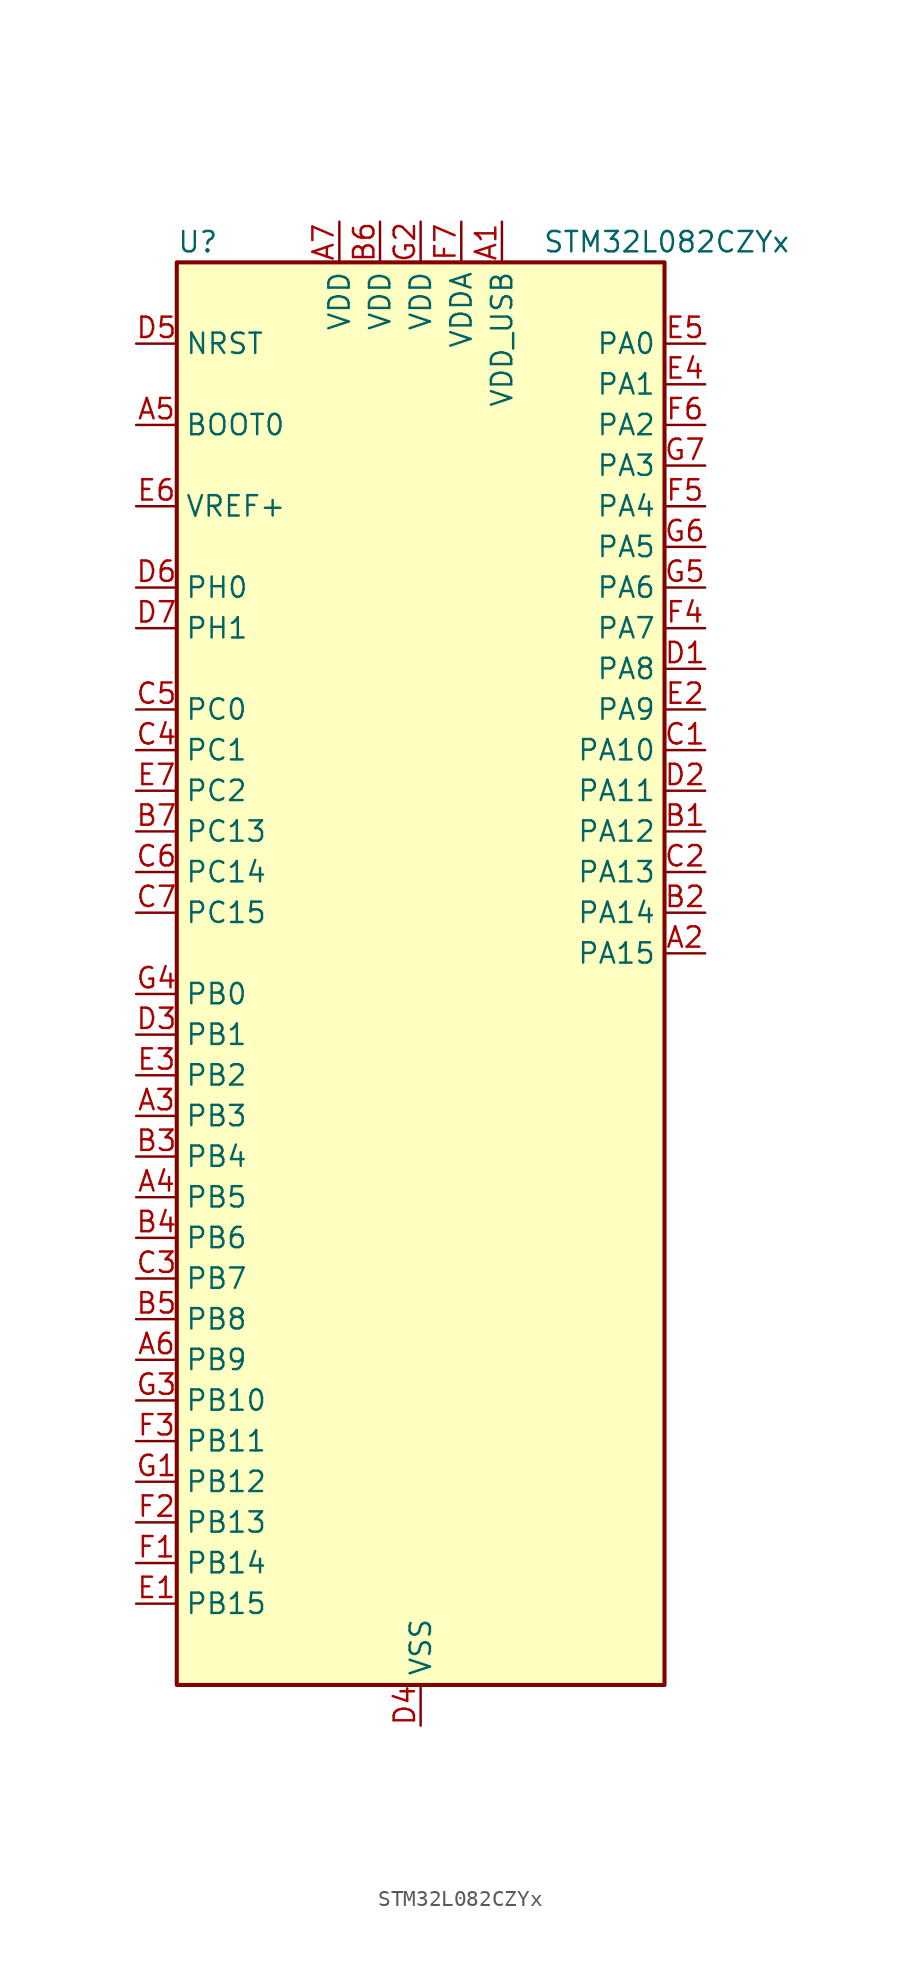
<source format=kicad_sym>
(kicad_symbol_lib
  (version 20241209)
  (generator "kicad_symbol_editor")
  (generator_version "9.0")
  (symbol "STM32L082CZYx"
    (property "Reference" "U"
      (at -15.24 46.99 0)
      (effects (font (size 1.27 1.27)) (justify left)))
    (property "Value" "STM32L082CZYx"
      (at 7.62 46.99 0)
      (effects (font (size 1.27 1.27)) (justify left)))
    (symbol "STM32L082CZYx_0_1"
      (rectangle (start -15.24 -43.18) (end 15.24 45.72) (stroke (width 0.254) (type default)) (fill (type background))))
    (symbol "STM32L082CZYx_1_1"
      (pin input line (at -17.78 40.64 0) (length 2.54) (name "NRST" (effects (font (size 1.27 1.27)))) (number "D5" (effects (font (size 1.27 1.27)))))
      (pin input line (at -17.78 35.56 0) (length 2.54) (name "BOOT0" (effects (font (size 1.27 1.27)))) (number "A5" (effects (font (size 1.27 1.27)))))
      (pin input line (at -17.78 30.48 0) (length 2.54) (name "VREF+" (effects (font (size 1.27 1.27)))) (number "E6" (effects (font (size 1.27 1.27)))))
      (pin bidirectional line (at -17.78 25.4 0) (length 2.54) (name "PH0" (effects (font (size 1.27 1.27)))) (number "D6" (effects (font (size 1.27 1.27)))) (alternate "CRS_SYNC" bidirectional line) (alternate "RCC_OSC_IN" bidirectional line))
      (pin bidirectional line (at -17.78 22.86 0) (length 2.54) (name "PH1" (effects (font (size 1.27 1.27)))) (number "D7" (effects (font (size 1.27 1.27)))) (alternate "RCC_OSC_OUT" bidirectional line))
      (pin bidirectional line (at -17.78 17.78 0) (length 2.54) (name "PC0" (effects (font (size 1.27 1.27)))) (number "C5" (effects (font (size 1.27 1.27)))) (alternate "ADC_IN10" bidirectional line) (alternate "I2C3_SCL" bidirectional line) (alternate "LPTIM1_IN1" bidirectional line) (alternate "LPUART1_RX" bidirectional line) (alternate "TSC_G7_IO1" bidirectional line))
      (pin bidirectional line (at -17.78 15.24 0) (length 2.54) (name "PC1" (effects (font (size 1.27 1.27)))) (number "C4" (effects (font (size 1.27 1.27)))) (alternate "ADC_IN11" bidirectional line) (alternate "I2C3_SDA" bidirectional line) (alternate "LPTIM1_OUT" bidirectional line) (alternate "LPUART1_TX" bidirectional line) (alternate "TSC_G7_IO2" bidirectional line))
      (pin bidirectional line (at -17.78 12.7 0) (length 2.54) (name "PC2" (effects (font (size 1.27 1.27)))) (number "E7" (effects (font (size 1.27 1.27)))) (alternate "ADC_IN12" bidirectional line) (alternate "I2S2_MCK" bidirectional line) (alternate "LPTIM1_IN2" bidirectional line) (alternate "SPI2_MISO" bidirectional line) (alternate "TSC_G7_IO3" bidirectional line))
      (pin bidirectional line (at -17.78 10.16 0) (length 2.54) (name "PC13" (effects (font (size 1.27 1.27)))) (number "B7" (effects (font (size 1.27 1.27)))) (alternate "RTC_OUT_ALARM" bidirectional line) (alternate "RTC_OUT_CALIB" bidirectional line) (alternate "RTC_TAMP1" bidirectional line) (alternate "RTC_TS" bidirectional line) (alternate "SYS_WKUP2" bidirectional line))
      (pin bidirectional line (at -17.78 7.62 0) (length 2.54) (name "PC14" (effects (font (size 1.27 1.27)))) (number "C6" (effects (font (size 1.27 1.27)))) (alternate "RCC_OSC32_IN" bidirectional line))
      (pin bidirectional line (at -17.78 5.08 0) (length 2.54) (name "PC15" (effects (font (size 1.27 1.27)))) (number "C7" (effects (font (size 1.27 1.27)))) (alternate "RCC_OSC32_OUT" bidirectional line))
      (pin bidirectional line (at -17.78 0 0) (length 2.54) (name "PB0" (effects (font (size 1.27 1.27)))) (number "G4" (effects (font (size 1.27 1.27)))) (alternate "ADC_IN8" bidirectional line) (alternate "SYS_VREF_OUT_PB0" bidirectional line) (alternate "TIM3_CH3" bidirectional line) (alternate "TSC_G3_IO2" bidirectional line))
      (pin bidirectional line (at -17.78 -2.54 0) (length 2.54) (name "PB1" (effects (font (size 1.27 1.27)))) (number "D3" (effects (font (size 1.27 1.27)))) (alternate "ADC_IN9" bidirectional line) (alternate "LPUART1_DE" bidirectional line) (alternate "LPUART1_RTS" bidirectional line) (alternate "SYS_VREF_OUT_PB1" bidirectional line) (alternate "TIM3_CH4" bidirectional line) (alternate "TSC_G3_IO3" bidirectional line))
      (pin bidirectional line (at -17.78 -5.08 0) (length 2.54) (name "PB2" (effects (font (size 1.27 1.27)))) (number "E3" (effects (font (size 1.27 1.27)))) (alternate "I2C3_SMBA" bidirectional line) (alternate "LPTIM1_OUT" bidirectional line) (alternate "TSC_G3_IO4" bidirectional line))
      (pin bidirectional line (at -17.78 -7.62 0) (length 2.54) (name "PB3" (effects (font (size 1.27 1.27)))) (number "A3" (effects (font (size 1.27 1.27)))) (alternate "COMP2_INM" bidirectional line) (alternate "SPI1_SCK" bidirectional line) (alternate "TIM2_CH2" bidirectional line) (alternate "TSC_G5_IO1" bidirectional line) (alternate "USART1_DE" bidirectional line) (alternate "USART1_RTS" bidirectional line) (alternate "USART5_TX" bidirectional line))
      (pin bidirectional line (at -17.78 -10.16 0) (length 2.54) (name "PB4" (effects (font (size 1.27 1.27)))) (number "B3" (effects (font (size 1.27 1.27)))) (alternate "COMP2_INP" bidirectional line) (alternate "I2C3_SDA" bidirectional line) (alternate "SPI1_MISO" bidirectional line) (alternate "TIM22_CH1" bidirectional line) (alternate "TIM3_CH1" bidirectional line) (alternate "TSC_G5_IO2" bidirectional line) (alternate "USART1_CTS" bidirectional line) (alternate "USART5_RX" bidirectional line))
      (pin bidirectional line (at -17.78 -12.7 0) (length 2.54) (name "PB5" (effects (font (size 1.27 1.27)))) (number "A4" (effects (font (size 1.27 1.27)))) (alternate "COMP2_INP" bidirectional line) (alternate "I2C1_SMBA" bidirectional line) (alternate "LPTIM1_IN1" bidirectional line) (alternate "SPI1_MOSI" bidirectional line) (alternate "TIM22_CH2" bidirectional line) (alternate "TIM3_CH2" bidirectional line) (alternate "USART1_CK" bidirectional line) (alternate "USART5_CK" bidirectional line) (alternate "USART5_DE" bidirectional line) (alternate "USART5_RTS" bidirectional line))
      (pin bidirectional line (at -17.78 -15.24 0) (length 2.54) (name "PB6" (effects (font (size 1.27 1.27)))) (number "B4" (effects (font (size 1.27 1.27)))) (alternate "COMP2_INP" bidirectional line) (alternate "I2C1_SCL" bidirectional line) (alternate "LPTIM1_ETR" bidirectional line) (alternate "TSC_G5_IO3" bidirectional line) (alternate "USART1_TX" bidirectional line))
      (pin bidirectional line (at -17.78 -17.78 0) (length 2.54) (name "PB7" (effects (font (size 1.27 1.27)))) (number "C3" (effects (font (size 1.27 1.27)))) (alternate "COMP2_INP" bidirectional line) (alternate "I2C1_SDA" bidirectional line) (alternate "LPTIM1_IN2" bidirectional line) (alternate "SYS_PVD_IN" bidirectional line) (alternate "TSC_G5_IO4" bidirectional line) (alternate "USART1_RX" bidirectional line) (alternate "USART4_CTS" bidirectional line))
      (pin bidirectional line (at -17.78 -20.32 0) (length 2.54) (name "PB8" (effects (font (size 1.27 1.27)))) (number "B5" (effects (font (size 1.27 1.27)))) (alternate "I2C1_SCL" bidirectional line) (alternate "TSC_SYNC" bidirectional line))
      (pin bidirectional line (at -17.78 -22.86 0) (length 2.54) (name "PB9" (effects (font (size 1.27 1.27)))) (number "A6" (effects (font (size 1.27 1.27)))) (alternate "DAC_EXTI9" bidirectional line) (alternate "I2C1_SDA" bidirectional line) (alternate "I2S2_WS" bidirectional line) (alternate "SPI2_NSS" bidirectional line))
      (pin bidirectional line (at -17.78 -25.4 0) (length 2.54) (name "PB10" (effects (font (size 1.27 1.27)))) (number "G3" (effects (font (size 1.27 1.27)))) (alternate "I2C2_SCL" bidirectional line) (alternate "LPUART1_RX" bidirectional line) (alternate "LPUART1_TX" bidirectional line) (alternate "SPI2_SCK" bidirectional line) (alternate "TIM2_CH3" bidirectional line) (alternate "TSC_SYNC" bidirectional line))
      (pin bidirectional line (at -17.78 -27.94 0) (length 2.54) (name "PB11" (effects (font (size 1.27 1.27)))) (number "F3" (effects (font (size 1.27 1.27)))) (alternate "ADC_EXTI11" bidirectional line) (alternate "I2C2_SDA" bidirectional line) (alternate "LPUART1_RX" bidirectional line) (alternate "LPUART1_TX" bidirectional line) (alternate "TIM2_CH4" bidirectional line) (alternate "TSC_G6_IO1" bidirectional line))
      (pin bidirectional line (at -17.78 -30.48 0) (length 2.54) (name "PB12" (effects (font (size 1.27 1.27)))) (number "G1" (effects (font (size 1.27 1.27)))) (alternate "I2S2_WS" bidirectional line) (alternate "LPUART1_DE" bidirectional line) (alternate "LPUART1_RTS" bidirectional line) (alternate "SPI2_NSS" bidirectional line) (alternate "TSC_G6_IO2" bidirectional line))
      (pin bidirectional line (at -17.78 -33.02 0) (length 2.54) (name "PB13" (effects (font (size 1.27 1.27)))) (number "F2" (effects (font (size 1.27 1.27)))) (alternate "I2C2_SCL" bidirectional line) (alternate "I2S2_CK" bidirectional line) (alternate "LPUART1_CTS" bidirectional line) (alternate "RCC_MCO" bidirectional line) (alternate "SPI2_SCK" bidirectional line) (alternate "TIM21_CH1" bidirectional line) (alternate "TSC_G6_IO3" bidirectional line))
      (pin bidirectional line (at -17.78 -35.56 0) (length 2.54) (name "PB14" (effects (font (size 1.27 1.27)))) (number "F1" (effects (font (size 1.27 1.27)))) (alternate "I2C2_SDA" bidirectional line) (alternate "I2S2_MCK" bidirectional line) (alternate "LPUART1_DE" bidirectional line) (alternate "LPUART1_RTS" bidirectional line) (alternate "RTC_OUT_ALARM" bidirectional line) (alternate "RTC_OUT_CALIB" bidirectional line) (alternate "SPI2_MISO" bidirectional line) (alternate "TIM21_CH2" bidirectional line) (alternate "TSC_G6_IO4" bidirectional line))
      (pin bidirectional line (at -17.78 -38.1 0) (length 2.54) (name "PB15" (effects (font (size 1.27 1.27)))) (number "E1" (effects (font (size 1.27 1.27)))) (alternate "I2S2_SD" bidirectional line) (alternate "RTC_REFIN" bidirectional line) (alternate "SPI2_MOSI" bidirectional line))
      (pin power_in line (at -5.08 48.26 270) (length 2.54) (name "VDD" (effects (font (size 1.27 1.27)))) (number "A7" (effects (font (size 1.27 1.27)))))
      (pin power_in line (at -2.54 48.26 270) (length 2.54) (name "VDD" (effects (font (size 1.27 1.27)))) (number "B6" (effects (font (size 1.27 1.27)))))
      (pin power_in line (at 0 48.26 270) (length 2.54) (name "VDD" (effects (font (size 1.27 1.27)))) (number "G2" (effects (font (size 1.27 1.27)))))
      (pin power_in line (at 0 -45.72 90) (length 2.54) (name "VSS" (effects (font (size 1.27 1.27)))) (number "D4" (effects (font (size 1.27 1.27)))))
      (pin power_in line (at 2.54 48.26 270) (length 2.54) (name "VDDA" (effects (font (size 1.27 1.27)))) (number "F7" (effects (font (size 1.27 1.27)))))
      (pin power_in line (at 5.08 48.26 270) (length 2.54) (name "VDD_USB" (effects (font (size 1.27 1.27)))) (number "A1" (effects (font (size 1.27 1.27)))))
      (pin bidirectional line (at 17.78 40.64 180) (length 2.54) (name "PA0" (effects (font (size 1.27 1.27)))) (number "E5" (effects (font (size 1.27 1.27)))) (alternate "ADC_IN0" bidirectional line) (alternate "COMP1_INM" bidirectional line) (alternate "COMP1_OUT" bidirectional line) (alternate "RTC_TAMP2" bidirectional line) (alternate "SYS_WKUP1" bidirectional line) (alternate "TIM2_CH1" bidirectional line) (alternate "TIM2_ETR" bidirectional line) (alternate "TSC_G1_IO1" bidirectional line) (alternate "USART2_CTS" bidirectional line) (alternate "USART4_TX" bidirectional line))
      (pin bidirectional line (at 17.78 38.1 180) (length 2.54) (name "PA1" (effects (font (size 1.27 1.27)))) (number "E4" (effects (font (size 1.27 1.27)))) (alternate "ADC_IN1" bidirectional line) (alternate "COMP1_INP" bidirectional line) (alternate "TIM21_ETR" bidirectional line) (alternate "TIM2_CH2" bidirectional line) (alternate "TSC_G1_IO2" bidirectional line) (alternate "USART2_DE" bidirectional line) (alternate "USART2_RTS" bidirectional line) (alternate "USART4_RX" bidirectional line))
      (pin bidirectional line (at 17.78 35.56 180) (length 2.54) (name "PA2" (effects (font (size 1.27 1.27)))) (number "F6" (effects (font (size 1.27 1.27)))) (alternate "ADC_IN2" bidirectional line) (alternate "COMP2_INM" bidirectional line) (alternate "COMP2_OUT" bidirectional line) (alternate "LPUART1_TX" bidirectional line) (alternate "TIM21_CH1" bidirectional line) (alternate "TIM2_CH3" bidirectional line) (alternate "TSC_G1_IO3" bidirectional line) (alternate "USART2_TX" bidirectional line))
      (pin bidirectional line (at 17.78 33.02 180) (length 2.54) (name "PA3" (effects (font (size 1.27 1.27)))) (number "G7" (effects (font (size 1.27 1.27)))) (alternate "ADC_IN3" bidirectional line) (alternate "COMP2_INP" bidirectional line) (alternate "LPUART1_RX" bidirectional line) (alternate "TIM21_CH2" bidirectional line) (alternate "TIM2_CH4" bidirectional line) (alternate "TSC_G1_IO4" bidirectional line) (alternate "USART2_RX" bidirectional line))
      (pin bidirectional line (at 17.78 30.48 180) (length 2.54) (name "PA4" (effects (font (size 1.27 1.27)))) (number "F5" (effects (font (size 1.27 1.27)))) (alternate "ADC_IN4" bidirectional line) (alternate "COMP1_INM" bidirectional line) (alternate "COMP2_INM" bidirectional line) (alternate "DAC_OUT1" bidirectional line) (alternate "SPI1_NSS" bidirectional line) (alternate "TIM22_ETR" bidirectional line) (alternate "TSC_G2_IO1" bidirectional line) (alternate "USART2_CK" bidirectional line))
      (pin bidirectional line (at 17.78 27.94 180) (length 2.54) (name "PA5" (effects (font (size 1.27 1.27)))) (number "G6" (effects (font (size 1.27 1.27)))) (alternate "ADC_IN5" bidirectional line) (alternate "COMP1_INM" bidirectional line) (alternate "COMP2_INM" bidirectional line) (alternate "DAC_OUT2" bidirectional line) (alternate "SPI1_SCK" bidirectional line) (alternate "TIM2_CH1" bidirectional line) (alternate "TIM2_ETR" bidirectional line) (alternate "TSC_G2_IO2" bidirectional line))
      (pin bidirectional line (at 17.78 25.4 180) (length 2.54) (name "PA6" (effects (font (size 1.27 1.27)))) (number "G5" (effects (font (size 1.27 1.27)))) (alternate "ADC_IN6" bidirectional line) (alternate "COMP1_OUT" bidirectional line) (alternate "LPUART1_CTS" bidirectional line) (alternate "SPI1_MISO" bidirectional line) (alternate "TIM22_CH1" bidirectional line) (alternate "TIM3_CH1" bidirectional line) (alternate "TSC_G2_IO3" bidirectional line))
      (pin bidirectional line (at 17.78 22.86 180) (length 2.54) (name "PA7" (effects (font (size 1.27 1.27)))) (number "F4" (effects (font (size 1.27 1.27)))) (alternate "ADC_IN7" bidirectional line) (alternate "COMP2_OUT" bidirectional line) (alternate "SPI1_MOSI" bidirectional line) (alternate "TIM22_CH2" bidirectional line) (alternate "TIM3_CH2" bidirectional line) (alternate "TSC_G2_IO4" bidirectional line))
      (pin bidirectional line (at 17.78 20.32 180) (length 2.54) (name "PA8" (effects (font (size 1.27 1.27)))) (number "D1" (effects (font (size 1.27 1.27)))) (alternate "CRS_SYNC" bidirectional line) (alternate "I2C3_SCL" bidirectional line) (alternate "RCC_MCO" bidirectional line) (alternate "USART1_CK" bidirectional line))
      (pin bidirectional line (at 17.78 17.78 180) (length 2.54) (name "PA9" (effects (font (size 1.27 1.27)))) (number "E2" (effects (font (size 1.27 1.27)))) (alternate "DAC_EXTI9" bidirectional line) (alternate "I2C1_SCL" bidirectional line) (alternate "I2C3_SMBA" bidirectional line) (alternate "RCC_MCO" bidirectional line) (alternate "TSC_G4_IO1" bidirectional line) (alternate "USART1_TX" bidirectional line))
      (pin bidirectional line (at 17.78 15.24 180) (length 2.54) (name "PA10" (effects (font (size 1.27 1.27)))) (number "C1" (effects (font (size 1.27 1.27)))) (alternate "I2C1_SDA" bidirectional line) (alternate "TSC_G4_IO2" bidirectional line) (alternate "USART1_RX" bidirectional line))
      (pin bidirectional line (at 17.78 12.7 180) (length 2.54) (name "PA11" (effects (font (size 1.27 1.27)))) (number "D2" (effects (font (size 1.27 1.27)))) (alternate "ADC_EXTI11" bidirectional line) (alternate "COMP1_OUT" bidirectional line) (alternate "SPI1_MISO" bidirectional line) (alternate "TSC_G4_IO3" bidirectional line) (alternate "USART1_CTS" bidirectional line) (alternate "USB_DM" bidirectional line))
      (pin bidirectional line (at 17.78 10.16 180) (length 2.54) (name "PA12" (effects (font (size 1.27 1.27)))) (number "B1" (effects (font (size 1.27 1.27)))) (alternate "COMP2_OUT" bidirectional line) (alternate "SPI1_MOSI" bidirectional line) (alternate "TSC_G4_IO4" bidirectional line) (alternate "USART1_DE" bidirectional line) (alternate "USART1_RTS" bidirectional line) (alternate "USB_DP" bidirectional line))
      (pin bidirectional line (at 17.78 7.62 180) (length 2.54) (name "PA13" (effects (font (size 1.27 1.27)))) (number "C2" (effects (font (size 1.27 1.27)))) (alternate "LPUART1_RX" bidirectional line) (alternate "SYS_SWDIO" bidirectional line) (alternate "USB_NOE" bidirectional line))
      (pin bidirectional line (at 17.78 5.08 180) (length 2.54) (name "PA14" (effects (font (size 1.27 1.27)))) (number "B2" (effects (font (size 1.27 1.27)))) (alternate "LPUART1_TX" bidirectional line) (alternate "SYS_SWCLK" bidirectional line) (alternate "USART2_TX" bidirectional line))
      (pin bidirectional line (at 17.78 2.54 180) (length 2.54) (name "PA15" (effects (font (size 1.27 1.27)))) (number "A2" (effects (font (size 1.27 1.27)))) (alternate "SPI1_NSS" bidirectional line) (alternate "TIM2_CH1" bidirectional line) (alternate "TIM2_ETR" bidirectional line) (alternate "USART2_RX" bidirectional line) (alternate "USART4_DE" bidirectional line) (alternate "USART4_RTS" bidirectional line)))))
</source>
